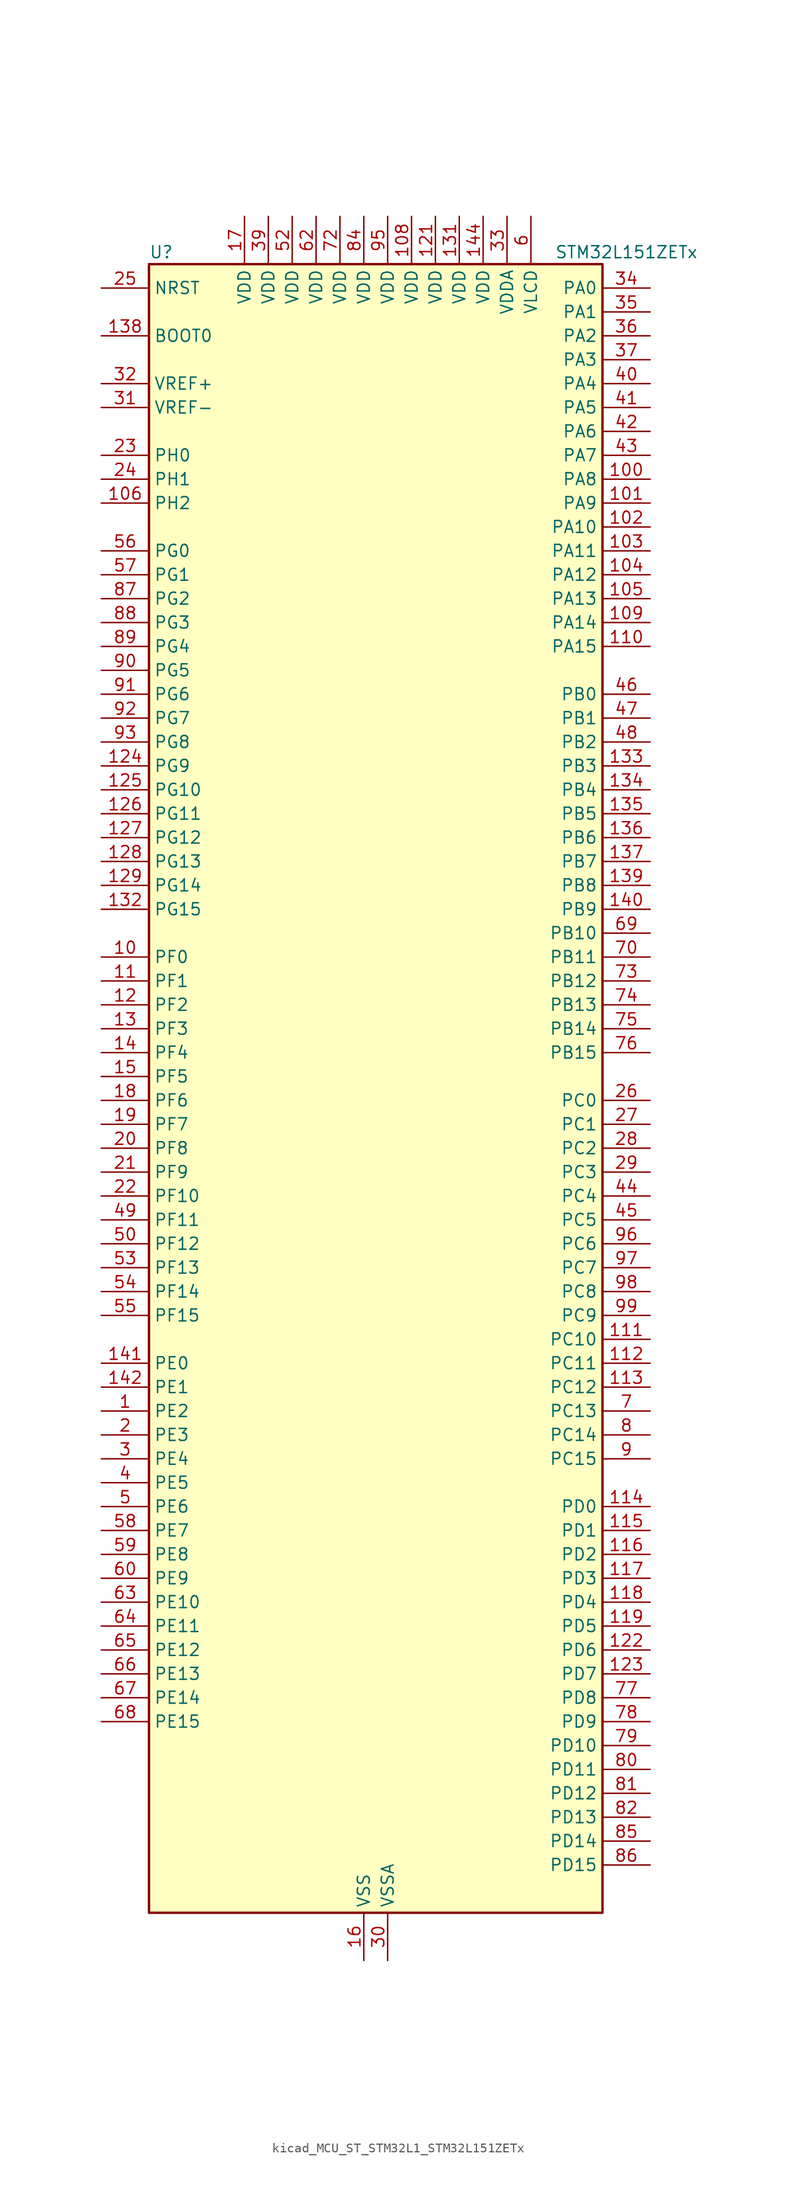
<source format=kicad_sym>
(kicad_symbol_lib
  (version 20220914)
  (generator kicad_symbol_editor)
  (symbol "kicad_MCU_ST_STM32L1_STM32L151ZETx"
    (property "Reference" "U"
      (at -22.86 90.17 0)
      (effects (font (size 1.27 1.27)) (justify left)))
    (property "Value" "STM32L151ZETx"
      (at 20.32 90.17 0)
      (effects (font (size 1.27 1.27)) (justify left)))
    (property "ki_locked" ""
      (at 0 0 0)
      (effects (font (size 1.27 1.27))))
    (symbol "kicad_MCU_ST_STM32L1_STM32L151ZETx_0_1"
      (rectangle (start -22.86 -86.36) (end 25.4 88.9) (stroke (width 0.254) (type default)) (fill (type background))))
    (symbol "kicad_MCU_ST_STM32L1_STM32L151ZETx_1_1"
      (pin bidirectional line (at -27.94 -33.02 0) (length 5.08) (name "PE2" (effects (font (size 1.27 1.27)))) (number "1" (effects (font (size 1.27 1.27)))) (alternate "SYS_TRACECK" bidirectional line) (alternate "TIM3_ETR" bidirectional line) (alternate "TIMX_IC3" bidirectional line))
      (pin bidirectional line (at -27.94 15.24 0) (length 5.08) (name "PF0" (effects (font (size 1.27 1.27)))) (number "10" (effects (font (size 1.27 1.27)))))
      (pin bidirectional line (at 30.48 66.04 180) (length 5.08) (name "PA8" (effects (font (size 1.27 1.27)))) (number "100" (effects (font (size 1.27 1.27)))) (alternate "RCC_MCO" bidirectional line) (alternate "TIMX_IC1" bidirectional line) (alternate "TS_G4_IO1" bidirectional line) (alternate "USART1_CK" bidirectional line))
      (pin bidirectional line (at 30.48 63.5 180) (length 5.08) (name "PA9" (effects (font (size 1.27 1.27)))) (number "101" (effects (font (size 1.27 1.27)))) (alternate "DAC_EXTI9" bidirectional line) (alternate "TIMX_IC2" bidirectional line) (alternate "TS_G4_IO2" bidirectional line) (alternate "USART1_TX" bidirectional line))
      (pin bidirectional line (at 30.48 60.96 180) (length 5.08) (name "PA10" (effects (font (size 1.27 1.27)))) (number "102" (effects (font (size 1.27 1.27)))) (alternate "TIMX_IC3" bidirectional line) (alternate "TS_G4_IO3" bidirectional line) (alternate "USART1_RX" bidirectional line))
      (pin bidirectional line (at 30.48 58.42 180) (length 5.08) (name "PA11" (effects (font (size 1.27 1.27)))) (number "103" (effects (font (size 1.27 1.27)))) (alternate "ADC_EXTI11" bidirectional line) (alternate "SPI1_MISO" bidirectional line) (alternate "TIMX_IC4" bidirectional line) (alternate "USART1_CTS" bidirectional line) (alternate "USB_DM" bidirectional line))
      (pin bidirectional line (at 30.48 55.88 180) (length 5.08) (name "PA12" (effects (font (size 1.27 1.27)))) (number "104" (effects (font (size 1.27 1.27)))) (alternate "SPI1_MOSI" bidirectional line) (alternate "TIMX_IC1" bidirectional line) (alternate "USART1_RTS" bidirectional line) (alternate "USB_DP" bidirectional line))
      (pin bidirectional line (at 30.48 53.34 180) (length 5.08) (name "PA13" (effects (font (size 1.27 1.27)))) (number "105" (effects (font (size 1.27 1.27)))) (alternate "SYS_JTMS-SWDIO" bidirectional line) (alternate "TIMX_IC2" bidirectional line) (alternate "TS_G5_IO1" bidirectional line))
      (pin bidirectional line (at -27.94 63.5 0) (length 5.08) (name "PH2" (effects (font (size 1.27 1.27)))) (number "106" (effects (font (size 1.27 1.27)))))
      (pin passive line (at 0 -91.44 90) (length 5.08) hide (name "VSS" (effects (font (size 1.27 1.27)))) (number "107" (effects (font (size 1.27 1.27)))))
      (pin power_in line (at 5.08 93.98 270) (length 5.08) (name "VDD" (effects (font (size 1.27 1.27)))) (number "108" (effects (font (size 1.27 1.27)))))
      (pin bidirectional line (at 30.48 50.8 180) (length 5.08) (name "PA14" (effects (font (size 1.27 1.27)))) (number "109" (effects (font (size 1.27 1.27)))) (alternate "SYS_JTCK-SWCLK" bidirectional line) (alternate "TIMX_IC3" bidirectional line) (alternate "TS_G5_IO2" bidirectional line))
      (pin bidirectional line (at -27.94 12.7 0) (length 5.08) (name "PF1" (effects (font (size 1.27 1.27)))) (number "11" (effects (font (size 1.27 1.27)))))
      (pin bidirectional line (at 30.48 48.26 180) (length 5.08) (name "PA15" (effects (font (size 1.27 1.27)))) (number "110" (effects (font (size 1.27 1.27)))) (alternate "ADC_EXTI15" bidirectional line) (alternate "I2S3_WS" bidirectional line) (alternate "SPI1_NSS" bidirectional line) (alternate "SPI3_NSS" bidirectional line) (alternate "SYS_JTDI" bidirectional line) (alternate "TIM2_CH1" bidirectional line) (alternate "TIM2_ETR" bidirectional line) (alternate "TIMX_IC4" bidirectional line) (alternate "TS_G5_IO3" bidirectional line))
      (pin bidirectional line (at 30.48 -25.4 180) (length 5.08) (name "PC10" (effects (font (size 1.27 1.27)))) (number "111" (effects (font (size 1.27 1.27)))) (alternate "I2S3_CK" bidirectional line) (alternate "SPI3_SCK" bidirectional line) (alternate "TIMX_IC3" bidirectional line) (alternate "UART4_TX" bidirectional line) (alternate "USART3_TX" bidirectional line))
      (pin bidirectional line (at 30.48 -27.94 180) (length 5.08) (name "PC11" (effects (font (size 1.27 1.27)))) (number "112" (effects (font (size 1.27 1.27)))) (alternate "ADC_EXTI11" bidirectional line) (alternate "SPI3_MISO" bidirectional line) (alternate "TIMX_IC4" bidirectional line) (alternate "UART4_RX" bidirectional line) (alternate "USART3_RX" bidirectional line))
      (pin bidirectional line (at 30.48 -30.48 180) (length 5.08) (name "PC12" (effects (font (size 1.27 1.27)))) (number "113" (effects (font (size 1.27 1.27)))) (alternate "I2S3_SD" bidirectional line) (alternate "SPI3_MOSI" bidirectional line) (alternate "TIMX_IC1" bidirectional line) (alternate "UART5_TX" bidirectional line) (alternate "USART3_CK" bidirectional line))
      (pin bidirectional line (at 30.48 -43.18 180) (length 5.08) (name "PD0" (effects (font (size 1.27 1.27)))) (number "114" (effects (font (size 1.27 1.27)))) (alternate "I2S2_WS" bidirectional line) (alternate "SPI2_NSS" bidirectional line) (alternate "TIM9_CH1" bidirectional line) (alternate "TIMX_IC1" bidirectional line))
      (pin bidirectional line (at 30.48 -45.72 180) (length 5.08) (name "PD1" (effects (font (size 1.27 1.27)))) (number "115" (effects (font (size 1.27 1.27)))) (alternate "I2S2_CK" bidirectional line) (alternate "SPI2_SCK" bidirectional line) (alternate "TIMX_IC2" bidirectional line))
      (pin bidirectional line (at 30.48 -48.26 180) (length 5.08) (name "PD2" (effects (font (size 1.27 1.27)))) (number "116" (effects (font (size 1.27 1.27)))) (alternate "TIM3_ETR" bidirectional line) (alternate "TIMX_IC3" bidirectional line) (alternate "UART5_RX" bidirectional line))
      (pin bidirectional line (at 30.48 -50.8 180) (length 5.08) (name "PD3" (effects (font (size 1.27 1.27)))) (number "117" (effects (font (size 1.27 1.27)))) (alternate "SPI2_MISO" bidirectional line) (alternate "TIMX_IC4" bidirectional line) (alternate "USART2_CTS" bidirectional line))
      (pin bidirectional line (at 30.48 -53.34 180) (length 5.08) (name "PD4" (effects (font (size 1.27 1.27)))) (number "118" (effects (font (size 1.27 1.27)))) (alternate "I2S2_SD" bidirectional line) (alternate "SPI2_MOSI" bidirectional line) (alternate "TIMX_IC1" bidirectional line) (alternate "USART2_RTS" bidirectional line))
      (pin bidirectional line (at 30.48 -55.88 180) (length 5.08) (name "PD5" (effects (font (size 1.27 1.27)))) (number "119" (effects (font (size 1.27 1.27)))) (alternate "TIMX_IC2" bidirectional line) (alternate "USART2_TX" bidirectional line))
      (pin bidirectional line (at -27.94 10.16 0) (length 5.08) (name "PF2" (effects (font (size 1.27 1.27)))) (number "12" (effects (font (size 1.27 1.27)))))
      (pin passive line (at 0 -91.44 90) (length 5.08) hide (name "VSS" (effects (font (size 1.27 1.27)))) (number "120" (effects (font (size 1.27 1.27)))))
      (pin power_in line (at 7.62 93.98 270) (length 5.08) (name "VDD" (effects (font (size 1.27 1.27)))) (number "121" (effects (font (size 1.27 1.27)))))
      (pin bidirectional line (at 30.48 -58.42 180) (length 5.08) (name "PD6" (effects (font (size 1.27 1.27)))) (number "122" (effects (font (size 1.27 1.27)))) (alternate "TIMX_IC3" bidirectional line) (alternate "USART2_RX" bidirectional line))
      (pin bidirectional line (at 30.48 -60.96 180) (length 5.08) (name "PD7" (effects (font (size 1.27 1.27)))) (number "123" (effects (font (size 1.27 1.27)))) (alternate "TIM9_CH2" bidirectional line) (alternate "TIMX_IC4" bidirectional line) (alternate "USART2_CK" bidirectional line))
      (pin bidirectional line (at -27.94 35.56 0) (length 5.08) (name "PG9" (effects (font (size 1.27 1.27)))) (number "124" (effects (font (size 1.27 1.27)))) (alternate "DAC_EXTI9" bidirectional line))
      (pin bidirectional line (at -27.94 33.02 0) (length 5.08) (name "PG10" (effects (font (size 1.27 1.27)))) (number "125" (effects (font (size 1.27 1.27)))))
      (pin bidirectional line (at -27.94 30.48 0) (length 5.08) (name "PG11" (effects (font (size 1.27 1.27)))) (number "126" (effects (font (size 1.27 1.27)))) (alternate "ADC_EXTI11" bidirectional line))
      (pin bidirectional line (at -27.94 27.94 0) (length 5.08) (name "PG12" (effects (font (size 1.27 1.27)))) (number "127" (effects (font (size 1.27 1.27)))))
      (pin bidirectional line (at -27.94 25.4 0) (length 5.08) (name "PG13" (effects (font (size 1.27 1.27)))) (number "128" (effects (font (size 1.27 1.27)))))
      (pin bidirectional line (at -27.94 22.86 0) (length 5.08) (name "PG14" (effects (font (size 1.27 1.27)))) (number "129" (effects (font (size 1.27 1.27)))))
      (pin bidirectional line (at -27.94 7.62 0) (length 5.08) (name "PF3" (effects (font (size 1.27 1.27)))) (number "13" (effects (font (size 1.27 1.27)))))
      (pin passive line (at 0 -91.44 90) (length 5.08) hide (name "VSS" (effects (font (size 1.27 1.27)))) (number "130" (effects (font (size 1.27 1.27)))))
      (pin power_in line (at 10.16 93.98 270) (length 5.08) (name "VDD" (effects (font (size 1.27 1.27)))) (number "131" (effects (font (size 1.27 1.27)))))
      (pin bidirectional line (at -27.94 20.32 0) (length 5.08) (name "PG15" (effects (font (size 1.27 1.27)))) (number "132" (effects (font (size 1.27 1.27)))) (alternate "ADC_EXTI15" bidirectional line))
      (pin bidirectional line (at 30.48 35.56 180) (length 5.08) (name "PB3" (effects (font (size 1.27 1.27)))) (number "133" (effects (font (size 1.27 1.27)))) (alternate "COMP2_INM" bidirectional line) (alternate "I2S3_CK" bidirectional line) (alternate "SPI1_SCK" bidirectional line) (alternate "SPI3_SCK" bidirectional line) (alternate "SYS_JTDO-TRACESWO" bidirectional line) (alternate "TIM2_CH2" bidirectional line))
      (pin bidirectional line (at 30.48 33.02 180) (length 5.08) (name "PB4" (effects (font (size 1.27 1.27)))) (number "134" (effects (font (size 1.27 1.27)))) (alternate "COMP2_INP" bidirectional line) (alternate "SPI1_MISO" bidirectional line) (alternate "SPI3_MISO" bidirectional line) (alternate "SYS_JTRST" bidirectional line) (alternate "TIM3_CH1" bidirectional line) (alternate "TS_G6_IO1" bidirectional line))
      (pin bidirectional line (at 30.48 30.48 180) (length 5.08) (name "PB5" (effects (font (size 1.27 1.27)))) (number "135" (effects (font (size 1.27 1.27)))) (alternate "COMP2_INP" bidirectional line) (alternate "I2C1_SMBA" bidirectional line) (alternate "I2S3_SD" bidirectional line) (alternate "SPI1_MOSI" bidirectional line) (alternate "SPI3_MOSI" bidirectional line) (alternate "TIM3_CH2" bidirectional line) (alternate "TS_G6_IO2" bidirectional line))
      (pin bidirectional line (at 30.48 27.94 180) (length 5.08) (name "PB6" (effects (font (size 1.27 1.27)))) (number "136" (effects (font (size 1.27 1.27)))) (alternate "COMP2_INP" bidirectional line) (alternate "I2C1_SCL" bidirectional line) (alternate "TIM4_CH1" bidirectional line) (alternate "TS_G6_IO3" bidirectional line) (alternate "USART1_TX" bidirectional line))
      (pin bidirectional line (at 30.48 25.4 180) (length 5.08) (name "PB7" (effects (font (size 1.27 1.27)))) (number "137" (effects (font (size 1.27 1.27)))) (alternate "COMP2_INP" bidirectional line) (alternate "I2C1_SDA" bidirectional line) (alternate "SYS_PVD_IN" bidirectional line) (alternate "TIM4_CH2" bidirectional line) (alternate "TS_G6_IO4" bidirectional line) (alternate "USART1_RX" bidirectional line))
      (pin input line (at -27.94 81.28 0) (length 5.08) (name "BOOT0" (effects (font (size 1.27 1.27)))) (number "138" (effects (font (size 1.27 1.27)))))
      (pin bidirectional line (at 30.48 22.86 180) (length 5.08) (name "PB8" (effects (font (size 1.27 1.27)))) (number "139" (effects (font (size 1.27 1.27)))) (alternate "I2C1_SCL" bidirectional line) (alternate "TIM10_CH1" bidirectional line) (alternate "TIM4_CH3" bidirectional line))
      (pin bidirectional line (at -27.94 5.08 0) (length 5.08) (name "PF4" (effects (font (size 1.27 1.27)))) (number "14" (effects (font (size 1.27 1.27)))))
      (pin bidirectional line (at 30.48 20.32 180) (length 5.08) (name "PB9" (effects (font (size 1.27 1.27)))) (number "140" (effects (font (size 1.27 1.27)))) (alternate "DAC_EXTI9" bidirectional line) (alternate "I2C1_SDA" bidirectional line) (alternate "TIM11_CH1" bidirectional line) (alternate "TIM4_CH4" bidirectional line))
      (pin bidirectional line (at -27.94 -27.94 0) (length 5.08) (name "PE0" (effects (font (size 1.27 1.27)))) (number "141" (effects (font (size 1.27 1.27)))) (alternate "TIM10_CH1" bidirectional line) (alternate "TIM4_ETR" bidirectional line) (alternate "TIMX_IC1" bidirectional line))
      (pin bidirectional line (at -27.94 -30.48 0) (length 5.08) (name "PE1" (effects (font (size 1.27 1.27)))) (number "142" (effects (font (size 1.27 1.27)))) (alternate "TIM11_CH1" bidirectional line) (alternate "TIMX_IC2" bidirectional line))
      (pin passive line (at 0 -91.44 90) (length 5.08) hide (name "VSS" (effects (font (size 1.27 1.27)))) (number "143" (effects (font (size 1.27 1.27)))))
      (pin power_in line (at 12.7 93.98 270) (length 5.08) (name "VDD" (effects (font (size 1.27 1.27)))) (number "144" (effects (font (size 1.27 1.27)))))
      (pin bidirectional line (at -27.94 2.54 0) (length 5.08) (name "PF5" (effects (font (size 1.27 1.27)))) (number "15" (effects (font (size 1.27 1.27)))))
      (pin power_in line (at 0 -91.44 90) (length 5.08) (name "VSS" (effects (font (size 1.27 1.27)))) (number "16" (effects (font (size 1.27 1.27)))))
      (pin power_in line (at -12.7 93.98 270) (length 5.08) (name "VDD" (effects (font (size 1.27 1.27)))) (number "17" (effects (font (size 1.27 1.27)))))
      (pin bidirectional line (at -27.94 0 0) (length 5.08) (name "PF6" (effects (font (size 1.27 1.27)))) (number "18" (effects (font (size 1.27 1.27)))) (alternate "ADC_IN27" bidirectional line) (alternate "TIM5_CH1" bidirectional line) (alternate "TIM5_ETR" bidirectional line) (alternate "TS_G11_IO1" bidirectional line))
      (pin bidirectional line (at -27.94 -2.54 0) (length 5.08) (name "PF7" (effects (font (size 1.27 1.27)))) (number "19" (effects (font (size 1.27 1.27)))) (alternate "ADC_IN28" bidirectional line) (alternate "COMP1_INP" bidirectional line) (alternate "TIM5_CH2" bidirectional line) (alternate "TS_G11_IO2" bidirectional line))
      (pin bidirectional line (at -27.94 -35.56 0) (length 5.08) (name "PE3" (effects (font (size 1.27 1.27)))) (number "2" (effects (font (size 1.27 1.27)))) (alternate "SYS_TRACED0" bidirectional line) (alternate "TIM3_CH1" bidirectional line) (alternate "TIMX_IC4" bidirectional line))
      (pin bidirectional line (at -27.94 -5.08 0) (length 5.08) (name "PF8" (effects (font (size 1.27 1.27)))) (number "20" (effects (font (size 1.27 1.27)))) (alternate "ADC_IN29" bidirectional line) (alternate "COMP1_INP" bidirectional line) (alternate "TIM5_CH3" bidirectional line) (alternate "TS_G11_IO3" bidirectional line))
      (pin bidirectional line (at -27.94 -7.62 0) (length 5.08) (name "PF9" (effects (font (size 1.27 1.27)))) (number "21" (effects (font (size 1.27 1.27)))) (alternate "ADC_IN30" bidirectional line) (alternate "COMP1_INP" bidirectional line) (alternate "DAC_EXTI9" bidirectional line) (alternate "TIM5_CH4" bidirectional line) (alternate "TS_G11_IO4" bidirectional line))
      (pin bidirectional line (at -27.94 -10.16 0) (length 5.08) (name "PF10" (effects (font (size 1.27 1.27)))) (number "22" (effects (font (size 1.27 1.27)))) (alternate "ADC_IN31" bidirectional line) (alternate "COMP1_INP" bidirectional line) (alternate "TS_G11_IO5" bidirectional line))
      (pin bidirectional line (at -27.94 68.58 0) (length 5.08) (name "PH0" (effects (font (size 1.27 1.27)))) (number "23" (effects (font (size 1.27 1.27)))) (alternate "RCC_OSC_IN" bidirectional line))
      (pin bidirectional line (at -27.94 66.04 0) (length 5.08) (name "PH1" (effects (font (size 1.27 1.27)))) (number "24" (effects (font (size 1.27 1.27)))) (alternate "RCC_OSC_OUT" bidirectional line))
      (pin input line (at -27.94 86.36 0) (length 5.08) (name "NRST" (effects (font (size 1.27 1.27)))) (number "25" (effects (font (size 1.27 1.27)))))
      (pin bidirectional line (at 30.48 0 180) (length 5.08) (name "PC0" (effects (font (size 1.27 1.27)))) (number "26" (effects (font (size 1.27 1.27)))) (alternate "ADC_IN10" bidirectional line) (alternate "COMP1_INP" bidirectional line) (alternate "TIMX_IC1" bidirectional line) (alternate "TS_G8_IO1" bidirectional line))
      (pin bidirectional line (at 30.48 -2.54 180) (length 5.08) (name "PC1" (effects (font (size 1.27 1.27)))) (number "27" (effects (font (size 1.27 1.27)))) (alternate "ADC_IN11" bidirectional line) (alternate "COMP1_INP" bidirectional line) (alternate "TIMX_IC2" bidirectional line) (alternate "TS_G8_IO2" bidirectional line))
      (pin bidirectional line (at 30.48 -5.08 180) (length 5.08) (name "PC2" (effects (font (size 1.27 1.27)))) (number "28" (effects (font (size 1.27 1.27)))) (alternate "ADC_IN12" bidirectional line) (alternate "COMP1_INP" bidirectional line) (alternate "TIMX_IC3" bidirectional line) (alternate "TS_G8_IO3" bidirectional line))
      (pin bidirectional line (at 30.48 -7.62 180) (length 5.08) (name "PC3" (effects (font (size 1.27 1.27)))) (number "29" (effects (font (size 1.27 1.27)))) (alternate "ADC_IN13" bidirectional line) (alternate "COMP1_INP" bidirectional line) (alternate "TIMX_IC4" bidirectional line) (alternate "TS_G8_IO4" bidirectional line))
      (pin bidirectional line (at -27.94 -38.1 0) (length 5.08) (name "PE4" (effects (font (size 1.27 1.27)))) (number "3" (effects (font (size 1.27 1.27)))) (alternate "SYS_TRACED1" bidirectional line) (alternate "TIM3_CH2" bidirectional line) (alternate "TIMX_IC1" bidirectional line))
      (pin power_in line (at 2.54 -91.44 90) (length 5.08) (name "VSSA" (effects (font (size 1.27 1.27)))) (number "30" (effects (font (size 1.27 1.27)))))
      (pin input line (at -27.94 73.66 0) (length 5.08) (name "VREF-" (effects (font (size 1.27 1.27)))) (number "31" (effects (font (size 1.27 1.27)))))
      (pin input line (at -27.94 76.2 0) (length 5.08) (name "VREF+" (effects (font (size 1.27 1.27)))) (number "32" (effects (font (size 1.27 1.27)))))
      (pin power_in line (at 15.24 93.98 270) (length 5.08) (name "VDDA" (effects (font (size 1.27 1.27)))) (number "33" (effects (font (size 1.27 1.27)))))
      (pin bidirectional line (at 30.48 86.36 180) (length 5.08) (name "PA0" (effects (font (size 1.27 1.27)))) (number "34" (effects (font (size 1.27 1.27)))) (alternate "ADC_IN0" bidirectional line) (alternate "COMP1_INP" bidirectional line) (alternate "RTC_TAMP2" bidirectional line) (alternate "SYS_WKUP1" bidirectional line) (alternate "TIM2_CH1" bidirectional line) (alternate "TIM2_ETR" bidirectional line) (alternate "TIM5_CH1" bidirectional line) (alternate "TIMX_IC1" bidirectional line) (alternate "TS_G1_IO1" bidirectional line) (alternate "USART2_CTS" bidirectional line))
      (pin bidirectional line (at 30.48 83.82 180) (length 5.08) (name "PA1" (effects (font (size 1.27 1.27)))) (number "35" (effects (font (size 1.27 1.27)))) (alternate "ADC_IN1" bidirectional line) (alternate "COMP1_INP" bidirectional line) (alternate "OPAMP1_VINP" bidirectional line) (alternate "TIM2_CH2" bidirectional line) (alternate "TIM5_CH2" bidirectional line) (alternate "TIMX_IC2" bidirectional line) (alternate "TS_G1_IO2" bidirectional line) (alternate "USART2_RTS" bidirectional line))
      (pin bidirectional line (at 30.48 81.28 180) (length 5.08) (name "PA2" (effects (font (size 1.27 1.27)))) (number "36" (effects (font (size 1.27 1.27)))) (alternate "ADC_IN2" bidirectional line) (alternate "COMP1_INP" bidirectional line) (alternate "OPAMP1_VINM" bidirectional line) (alternate "TIM2_CH3" bidirectional line) (alternate "TIM5_CH3" bidirectional line) (alternate "TIM9_CH1" bidirectional line) (alternate "TIMX_IC3" bidirectional line) (alternate "TS_G1_IO3" bidirectional line) (alternate "USART2_TX" bidirectional line))
      (pin bidirectional line (at 30.48 78.74 180) (length 5.08) (name "PA3" (effects (font (size 1.27 1.27)))) (number "37" (effects (font (size 1.27 1.27)))) (alternate "ADC_IN3" bidirectional line) (alternate "COMP1_INP" bidirectional line) (alternate "OPAMP1_VOUT" bidirectional line) (alternate "TIM2_CH4" bidirectional line) (alternate "TIM5_CH4" bidirectional line) (alternate "TIM9_CH2" bidirectional line) (alternate "TIMX_IC4" bidirectional line) (alternate "TS_G1_IO4" bidirectional line) (alternate "USART2_RX" bidirectional line))
      (pin passive line (at 0 -91.44 90) (length 5.08) hide (name "VSS" (effects (font (size 1.27 1.27)))) (number "38" (effects (font (size 1.27 1.27)))))
      (pin power_in line (at -10.16 93.98 270) (length 5.08) (name "VDD" (effects (font (size 1.27 1.27)))) (number "39" (effects (font (size 1.27 1.27)))))
      (pin bidirectional line (at -27.94 -40.64 0) (length 5.08) (name "PE5" (effects (font (size 1.27 1.27)))) (number "4" (effects (font (size 1.27 1.27)))) (alternate "SYS_TRACED2" bidirectional line) (alternate "TIM9_CH1" bidirectional line) (alternate "TIMX_IC2" bidirectional line))
      (pin bidirectional line (at 30.48 76.2 180) (length 5.08) (name "PA4" (effects (font (size 1.27 1.27)))) (number "40" (effects (font (size 1.27 1.27)))) (alternate "ADC_IN4" bidirectional line) (alternate "COMP1_INP" bidirectional line) (alternate "DAC_OUT1" bidirectional line) (alternate "I2S3_WS" bidirectional line) (alternate "SPI1_NSS" bidirectional line) (alternate "SPI3_NSS" bidirectional line) (alternate "TIMX_IC1" bidirectional line) (alternate "USART2_CK" bidirectional line))
      (pin bidirectional line (at 30.48 73.66 180) (length 5.08) (name "PA5" (effects (font (size 1.27 1.27)))) (number "41" (effects (font (size 1.27 1.27)))) (alternate "ADC_IN5" bidirectional line) (alternate "COMP1_INP" bidirectional line) (alternate "DAC_OUT2" bidirectional line) (alternate "SPI1_SCK" bidirectional line) (alternate "TIM2_CH1" bidirectional line) (alternate "TIM2_ETR" bidirectional line) (alternate "TIMX_IC2" bidirectional line))
      (pin bidirectional line (at 30.48 71.12 180) (length 5.08) (name "PA6" (effects (font (size 1.27 1.27)))) (number "42" (effects (font (size 1.27 1.27)))) (alternate "ADC_IN6" bidirectional line) (alternate "COMP1_INP" bidirectional line) (alternate "OPAMP2_VINP" bidirectional line) (alternate "SPI1_MISO" bidirectional line) (alternate "TIM10_CH1" bidirectional line) (alternate "TIM3_CH1" bidirectional line) (alternate "TIMX_IC3" bidirectional line) (alternate "TS_G2_IO1" bidirectional line))
      (pin bidirectional line (at 30.48 68.58 180) (length 5.08) (name "PA7" (effects (font (size 1.27 1.27)))) (number "43" (effects (font (size 1.27 1.27)))) (alternate "ADC_IN7" bidirectional line) (alternate "COMP1_INP" bidirectional line) (alternate "OPAMP2_VINM" bidirectional line) (alternate "SPI1_MOSI" bidirectional line) (alternate "TIM11_CH1" bidirectional line) (alternate "TIM3_CH2" bidirectional line) (alternate "TIMX_IC4" bidirectional line) (alternate "TS_G2_IO2" bidirectional line))
      (pin bidirectional line (at 30.48 -10.16 180) (length 5.08) (name "PC4" (effects (font (size 1.27 1.27)))) (number "44" (effects (font (size 1.27 1.27)))) (alternate "ADC_IN14" bidirectional line) (alternate "COMP1_INP" bidirectional line) (alternate "TIMX_IC1" bidirectional line) (alternate "TS_G9_IO1" bidirectional line))
      (pin bidirectional line (at 30.48 -12.7 180) (length 5.08) (name "PC5" (effects (font (size 1.27 1.27)))) (number "45" (effects (font (size 1.27 1.27)))) (alternate "ADC_IN15" bidirectional line) (alternate "COMP1_INP" bidirectional line) (alternate "TIMX_IC2" bidirectional line) (alternate "TS_G9_IO2" bidirectional line))
      (pin bidirectional line (at 30.48 43.18 180) (length 5.08) (name "PB0" (effects (font (size 1.27 1.27)))) (number "46" (effects (font (size 1.27 1.27)))) (alternate "ADC_IN8" bidirectional line) (alternate "COMP1_INP" bidirectional line) (alternate "OPAMP2_VOUT" bidirectional line) (alternate "SYS_V_REF_OUT" bidirectional line) (alternate "TIM3_CH3" bidirectional line) (alternate "TS_G3_IO1" bidirectional line))
      (pin bidirectional line (at 30.48 40.64 180) (length 5.08) (name "PB1" (effects (font (size 1.27 1.27)))) (number "47" (effects (font (size 1.27 1.27)))) (alternate "ADC_IN9" bidirectional line) (alternate "COMP1_INP" bidirectional line) (alternate "SYS_V_REF_OUT" bidirectional line) (alternate "TIM3_CH4" bidirectional line) (alternate "TS_G3_IO2" bidirectional line))
      (pin bidirectional line (at 30.48 38.1 180) (length 5.08) (name "PB2" (effects (font (size 1.27 1.27)))) (number "48" (effects (font (size 1.27 1.27)))) (alternate "ADC_IN0b" bidirectional line) (alternate "TS_G3_IO3" bidirectional line))
      (pin bidirectional line (at -27.94 -12.7 0) (length 5.08) (name "PF11" (effects (font (size 1.27 1.27)))) (number "49" (effects (font (size 1.27 1.27)))) (alternate "ADC_EXTI11" bidirectional line) (alternate "ADC_IN1b" bidirectional line) (alternate "TS_G3_IO4" bidirectional line))
      (pin bidirectional line (at -27.94 -43.18 0) (length 5.08) (name "PE6" (effects (font (size 1.27 1.27)))) (number "5" (effects (font (size 1.27 1.27)))) (alternate "RTC_TAMP3" bidirectional line) (alternate "SYS_TRACED3" bidirectional line) (alternate "SYS_WKUP3" bidirectional line) (alternate "TIM9_CH2" bidirectional line) (alternate "TIMX_IC3" bidirectional line))
      (pin bidirectional line (at -27.94 -15.24 0) (length 5.08) (name "PF12" (effects (font (size 1.27 1.27)))) (number "50" (effects (font (size 1.27 1.27)))) (alternate "ADC_IN2b" bidirectional line) (alternate "TS_G3_IO5" bidirectional line))
      (pin passive line (at 0 -91.44 90) (length 5.08) hide (name "VSS" (effects (font (size 1.27 1.27)))) (number "51" (effects (font (size 1.27 1.27)))))
      (pin power_in line (at -7.62 93.98 270) (length 5.08) (name "VDD" (effects (font (size 1.27 1.27)))) (number "52" (effects (font (size 1.27 1.27)))))
      (pin bidirectional line (at -27.94 -17.78 0) (length 5.08) (name "PF13" (effects (font (size 1.27 1.27)))) (number "53" (effects (font (size 1.27 1.27)))) (alternate "ADC_IN3b" bidirectional line) (alternate "TS_G9_IO3" bidirectional line))
      (pin bidirectional line (at -27.94 -20.32 0) (length 5.08) (name "PF14" (effects (font (size 1.27 1.27)))) (number "54" (effects (font (size 1.27 1.27)))) (alternate "ADC_IN6b" bidirectional line) (alternate "TS_G9_IO4" bidirectional line))
      (pin bidirectional line (at -27.94 -22.86 0) (length 5.08) (name "PF15" (effects (font (size 1.27 1.27)))) (number "55" (effects (font (size 1.27 1.27)))) (alternate "ADC_EXTI15" bidirectional line) (alternate "ADC_IN7b" bidirectional line) (alternate "TS_G2_IO3" bidirectional line))
      (pin bidirectional line (at -27.94 58.42 0) (length 5.08) (name "PG0" (effects (font (size 1.27 1.27)))) (number "56" (effects (font (size 1.27 1.27)))) (alternate "ADC_IN8b" bidirectional line) (alternate "TS_G2_IO4" bidirectional line))
      (pin bidirectional line (at -27.94 55.88 0) (length 5.08) (name "PG1" (effects (font (size 1.27 1.27)))) (number "57" (effects (font (size 1.27 1.27)))) (alternate "ADC_IN9b" bidirectional line) (alternate "TS_G2_IO5" bidirectional line))
      (pin bidirectional line (at -27.94 -45.72 0) (length 5.08) (name "PE7" (effects (font (size 1.27 1.27)))) (number "58" (effects (font (size 1.27 1.27)))) (alternate "ADC_IN22" bidirectional line) (alternate "COMP1_INP" bidirectional line) (alternate "TIMX_IC4" bidirectional line))
      (pin bidirectional line (at -27.94 -48.26 0) (length 5.08) (name "PE8" (effects (font (size 1.27 1.27)))) (number "59" (effects (font (size 1.27 1.27)))) (alternate "ADC_IN23" bidirectional line) (alternate "COMP1_INP" bidirectional line) (alternate "TIMX_IC1" bidirectional line))
      (pin power_in line (at 17.78 93.98 270) (length 5.08) (name "VLCD" (effects (font (size 1.27 1.27)))) (number "6" (effects (font (size 1.27 1.27)))))
      (pin bidirectional line (at -27.94 -50.8 0) (length 5.08) (name "PE9" (effects (font (size 1.27 1.27)))) (number "60" (effects (font (size 1.27 1.27)))) (alternate "ADC_IN24" bidirectional line) (alternate "COMP1_INP" bidirectional line) (alternate "DAC_EXTI9" bidirectional line) (alternate "TIM2_CH1" bidirectional line) (alternate "TIM2_ETR" bidirectional line) (alternate "TIMX_IC2" bidirectional line))
      (pin passive line (at 0 -91.44 90) (length 5.08) hide (name "VSS" (effects (font (size 1.27 1.27)))) (number "61" (effects (font (size 1.27 1.27)))))
      (pin power_in line (at -5.08 93.98 270) (length 5.08) (name "VDD" (effects (font (size 1.27 1.27)))) (number "62" (effects (font (size 1.27 1.27)))))
      (pin bidirectional line (at -27.94 -53.34 0) (length 5.08) (name "PE10" (effects (font (size 1.27 1.27)))) (number "63" (effects (font (size 1.27 1.27)))) (alternate "ADC_IN25" bidirectional line) (alternate "COMP1_INP" bidirectional line) (alternate "TIM2_CH2" bidirectional line) (alternate "TIMX_IC3" bidirectional line))
      (pin bidirectional line (at -27.94 -55.88 0) (length 5.08) (name "PE11" (effects (font (size 1.27 1.27)))) (number "64" (effects (font (size 1.27 1.27)))) (alternate "ADC_EXTI11" bidirectional line) (alternate "TIM2_CH3" bidirectional line) (alternate "TIMX_IC4" bidirectional line))
      (pin bidirectional line (at -27.94 -58.42 0) (length 5.08) (name "PE12" (effects (font (size 1.27 1.27)))) (number "65" (effects (font (size 1.27 1.27)))) (alternate "SPI1_NSS" bidirectional line) (alternate "TIM2_CH4" bidirectional line) (alternate "TIMX_IC1" bidirectional line))
      (pin bidirectional line (at -27.94 -60.96 0) (length 5.08) (name "PE13" (effects (font (size 1.27 1.27)))) (number "66" (effects (font (size 1.27 1.27)))) (alternate "SPI1_SCK" bidirectional line) (alternate "TIMX_IC2" bidirectional line))
      (pin bidirectional line (at -27.94 -63.5 0) (length 5.08) (name "PE14" (effects (font (size 1.27 1.27)))) (number "67" (effects (font (size 1.27 1.27)))) (alternate "SPI1_MISO" bidirectional line) (alternate "TIMX_IC3" bidirectional line))
      (pin bidirectional line (at -27.94 -66.04 0) (length 5.08) (name "PE15" (effects (font (size 1.27 1.27)))) (number "68" (effects (font (size 1.27 1.27)))) (alternate "ADC_EXTI15" bidirectional line) (alternate "SPI1_MOSI" bidirectional line) (alternate "TIMX_IC4" bidirectional line))
      (pin bidirectional line (at 30.48 17.78 180) (length 5.08) (name "PB10" (effects (font (size 1.27 1.27)))) (number "69" (effects (font (size 1.27 1.27)))) (alternate "I2C2_SCL" bidirectional line) (alternate "TIM2_CH3" bidirectional line) (alternate "USART3_TX" bidirectional line))
      (pin bidirectional line (at 30.48 -33.02 180) (length 5.08) (name "PC13" (effects (font (size 1.27 1.27)))) (number "7" (effects (font (size 1.27 1.27)))) (alternate "RTC_OUT_ALARM" bidirectional line) (alternate "RTC_OUT_CALIB" bidirectional line) (alternate "RTC_TAMP1" bidirectional line) (alternate "RTC_TS" bidirectional line) (alternate "SYS_WKUP2" bidirectional line) (alternate "TIMX_IC2" bidirectional line))
      (pin bidirectional line (at 30.48 15.24 180) (length 5.08) (name "PB11" (effects (font (size 1.27 1.27)))) (number "70" (effects (font (size 1.27 1.27)))) (alternate "ADC_EXTI11" bidirectional line) (alternate "I2C2_SDA" bidirectional line) (alternate "TIM2_CH4" bidirectional line) (alternate "USART3_RX" bidirectional line))
      (pin passive line (at 0 -91.44 90) (length 5.08) hide (name "VSS" (effects (font (size 1.27 1.27)))) (number "71" (effects (font (size 1.27 1.27)))))
      (pin power_in line (at -2.54 93.98 270) (length 5.08) (name "VDD" (effects (font (size 1.27 1.27)))) (number "72" (effects (font (size 1.27 1.27)))))
      (pin bidirectional line (at 30.48 12.7 180) (length 5.08) (name "PB12" (effects (font (size 1.27 1.27)))) (number "73" (effects (font (size 1.27 1.27)))) (alternate "ADC_IN18" bidirectional line) (alternate "COMP1_INP" bidirectional line) (alternate "I2C2_SMBA" bidirectional line) (alternate "I2S2_WS" bidirectional line) (alternate "SPI2_NSS" bidirectional line) (alternate "TIM10_CH1" bidirectional line) (alternate "TS_G7_IO1" bidirectional line) (alternate "USART3_CK" bidirectional line))
      (pin bidirectional line (at 30.48 10.16 180) (length 5.08) (name "PB13" (effects (font (size 1.27 1.27)))) (number "74" (effects (font (size 1.27 1.27)))) (alternate "ADC_IN19" bidirectional line) (alternate "COMP1_INP" bidirectional line) (alternate "I2S2_CK" bidirectional line) (alternate "SPI2_SCK" bidirectional line) (alternate "TIM9_CH1" bidirectional line) (alternate "TS_G7_IO2" bidirectional line) (alternate "USART3_CTS" bidirectional line))
      (pin bidirectional line (at 30.48 7.62 180) (length 5.08) (name "PB14" (effects (font (size 1.27 1.27)))) (number "75" (effects (font (size 1.27 1.27)))) (alternate "ADC_IN20" bidirectional line) (alternate "COMP1_INP" bidirectional line) (alternate "SPI2_MISO" bidirectional line) (alternate "TIM9_CH2" bidirectional line) (alternate "TS_G7_IO3" bidirectional line) (alternate "USART3_RTS" bidirectional line))
      (pin bidirectional line (at 30.48 5.08 180) (length 5.08) (name "PB15" (effects (font (size 1.27 1.27)))) (number "76" (effects (font (size 1.27 1.27)))) (alternate "ADC_EXTI15" bidirectional line) (alternate "ADC_IN21" bidirectional line) (alternate "COMP1_INP" bidirectional line) (alternate "I2S2_SD" bidirectional line) (alternate "RTC_REFIN" bidirectional line) (alternate "SPI2_MOSI" bidirectional line) (alternate "TIM11_CH1" bidirectional line) (alternate "TS_G7_IO4" bidirectional line))
      (pin bidirectional line (at 30.48 -63.5 180) (length 5.08) (name "PD8" (effects (font (size 1.27 1.27)))) (number "77" (effects (font (size 1.27 1.27)))) (alternate "TIMX_IC1" bidirectional line) (alternate "USART3_TX" bidirectional line))
      (pin bidirectional line (at 30.48 -66.04 180) (length 5.08) (name "PD9" (effects (font (size 1.27 1.27)))) (number "78" (effects (font (size 1.27 1.27)))) (alternate "DAC_EXTI9" bidirectional line) (alternate "TIMX_IC2" bidirectional line) (alternate "USART3_RX" bidirectional line))
      (pin bidirectional line (at 30.48 -68.58 180) (length 5.08) (name "PD10" (effects (font (size 1.27 1.27)))) (number "79" (effects (font (size 1.27 1.27)))) (alternate "TIMX_IC3" bidirectional line) (alternate "USART3_CK" bidirectional line))
      (pin bidirectional line (at 30.48 -35.56 180) (length 5.08) (name "PC14" (effects (font (size 1.27 1.27)))) (number "8" (effects (font (size 1.27 1.27)))) (alternate "RCC_OSC32_IN" bidirectional line) (alternate "TIMX_IC3" bidirectional line))
      (pin bidirectional line (at 30.48 -71.12 180) (length 5.08) (name "PD11" (effects (font (size 1.27 1.27)))) (number "80" (effects (font (size 1.27 1.27)))) (alternate "ADC_EXTI11" bidirectional line) (alternate "TIMX_IC4" bidirectional line) (alternate "USART3_CTS" bidirectional line))
      (pin bidirectional line (at 30.48 -73.66 180) (length 5.08) (name "PD12" (effects (font (size 1.27 1.27)))) (number "81" (effects (font (size 1.27 1.27)))) (alternate "TIM4_CH1" bidirectional line) (alternate "TIMX_IC1" bidirectional line) (alternate "USART3_RTS" bidirectional line))
      (pin bidirectional line (at 30.48 -76.2 180) (length 5.08) (name "PD13" (effects (font (size 1.27 1.27)))) (number "82" (effects (font (size 1.27 1.27)))) (alternate "TIM4_CH2" bidirectional line) (alternate "TIMX_IC2" bidirectional line))
      (pin passive line (at 0 -91.44 90) (length 5.08) hide (name "VSS" (effects (font (size 1.27 1.27)))) (number "83" (effects (font (size 1.27 1.27)))))
      (pin power_in line (at 0 93.98 270) (length 5.08) (name "VDD" (effects (font (size 1.27 1.27)))) (number "84" (effects (font (size 1.27 1.27)))))
      (pin bidirectional line (at 30.48 -78.74 180) (length 5.08) (name "PD14" (effects (font (size 1.27 1.27)))) (number "85" (effects (font (size 1.27 1.27)))) (alternate "TIM4_CH3" bidirectional line) (alternate "TIMX_IC3" bidirectional line))
      (pin bidirectional line (at 30.48 -81.28 180) (length 5.08) (name "PD15" (effects (font (size 1.27 1.27)))) (number "86" (effects (font (size 1.27 1.27)))) (alternate "ADC_EXTI15" bidirectional line) (alternate "TIM4_CH4" bidirectional line) (alternate "TIMX_IC4" bidirectional line))
      (pin bidirectional line (at -27.94 53.34 0) (length 5.08) (name "PG2" (effects (font (size 1.27 1.27)))) (number "87" (effects (font (size 1.27 1.27)))) (alternate "ADC_IN10b" bidirectional line) (alternate "TS_G7_IO5" bidirectional line))
      (pin bidirectional line (at -27.94 50.8 0) (length 5.08) (name "PG3" (effects (font (size 1.27 1.27)))) (number "88" (effects (font (size 1.27 1.27)))) (alternate "ADC_IN11b" bidirectional line) (alternate "TS_G7_IO6" bidirectional line))
      (pin bidirectional line (at -27.94 48.26 0) (length 5.08) (name "PG4" (effects (font (size 1.27 1.27)))) (number "89" (effects (font (size 1.27 1.27)))) (alternate "ADC_IN12b" bidirectional line) (alternate "TS_G7_IO7" bidirectional line))
      (pin bidirectional line (at 30.48 -38.1 180) (length 5.08) (name "PC15" (effects (font (size 1.27 1.27)))) (number "9" (effects (font (size 1.27 1.27)))) (alternate "ADC_EXTI15" bidirectional line) (alternate "RCC_OSC32_OUT" bidirectional line) (alternate "TIMX_IC4" bidirectional line))
      (pin bidirectional line (at -27.94 45.72 0) (length 5.08) (name "PG5" (effects (font (size 1.27 1.27)))) (number "90" (effects (font (size 1.27 1.27)))))
      (pin bidirectional line (at -27.94 43.18 0) (length 5.08) (name "PG6" (effects (font (size 1.27 1.27)))) (number "91" (effects (font (size 1.27 1.27)))))
      (pin bidirectional line (at -27.94 40.64 0) (length 5.08) (name "PG7" (effects (font (size 1.27 1.27)))) (number "92" (effects (font (size 1.27 1.27)))))
      (pin bidirectional line (at -27.94 38.1 0) (length 5.08) (name "PG8" (effects (font (size 1.27 1.27)))) (number "93" (effects (font (size 1.27 1.27)))))
      (pin passive line (at 0 -91.44 90) (length 5.08) hide (name "VSS" (effects (font (size 1.27 1.27)))) (number "94" (effects (font (size 1.27 1.27)))))
      (pin power_in line (at 2.54 93.98 270) (length 5.08) (name "VDD" (effects (font (size 1.27 1.27)))) (number "95" (effects (font (size 1.27 1.27)))))
      (pin bidirectional line (at 30.48 -15.24 180) (length 5.08) (name "PC6" (effects (font (size 1.27 1.27)))) (number "96" (effects (font (size 1.27 1.27)))) (alternate "I2S2_MCK" bidirectional line) (alternate "TIM3_CH1" bidirectional line) (alternate "TIMX_IC3" bidirectional line) (alternate "TS_G10_IO1" bidirectional line))
      (pin bidirectional line (at 30.48 -17.78 180) (length 5.08) (name "PC7" (effects (font (size 1.27 1.27)))) (number "97" (effects (font (size 1.27 1.27)))) (alternate "I2S3_MCK" bidirectional line) (alternate "TIM3_CH2" bidirectional line) (alternate "TIMX_IC4" bidirectional line) (alternate "TS_G10_IO2" bidirectional line))
      (pin bidirectional line (at 30.48 -20.32 180) (length 5.08) (name "PC8" (effects (font (size 1.27 1.27)))) (number "98" (effects (font (size 1.27 1.27)))) (alternate "TIM3_CH3" bidirectional line) (alternate "TIMX_IC1" bidirectional line) (alternate "TS_G10_IO3" bidirectional line))
      (pin bidirectional line (at 30.48 -22.86 180) (length 5.08) (name "PC9" (effects (font (size 1.27 1.27)))) (number "99" (effects (font (size 1.27 1.27)))) (alternate "DAC_EXTI9" bidirectional line) (alternate "TIM3_CH4" bidirectional line) (alternate "TIMX_IC2" bidirectional line) (alternate "TS_G10_IO4" bidirectional line)))))
</source>
